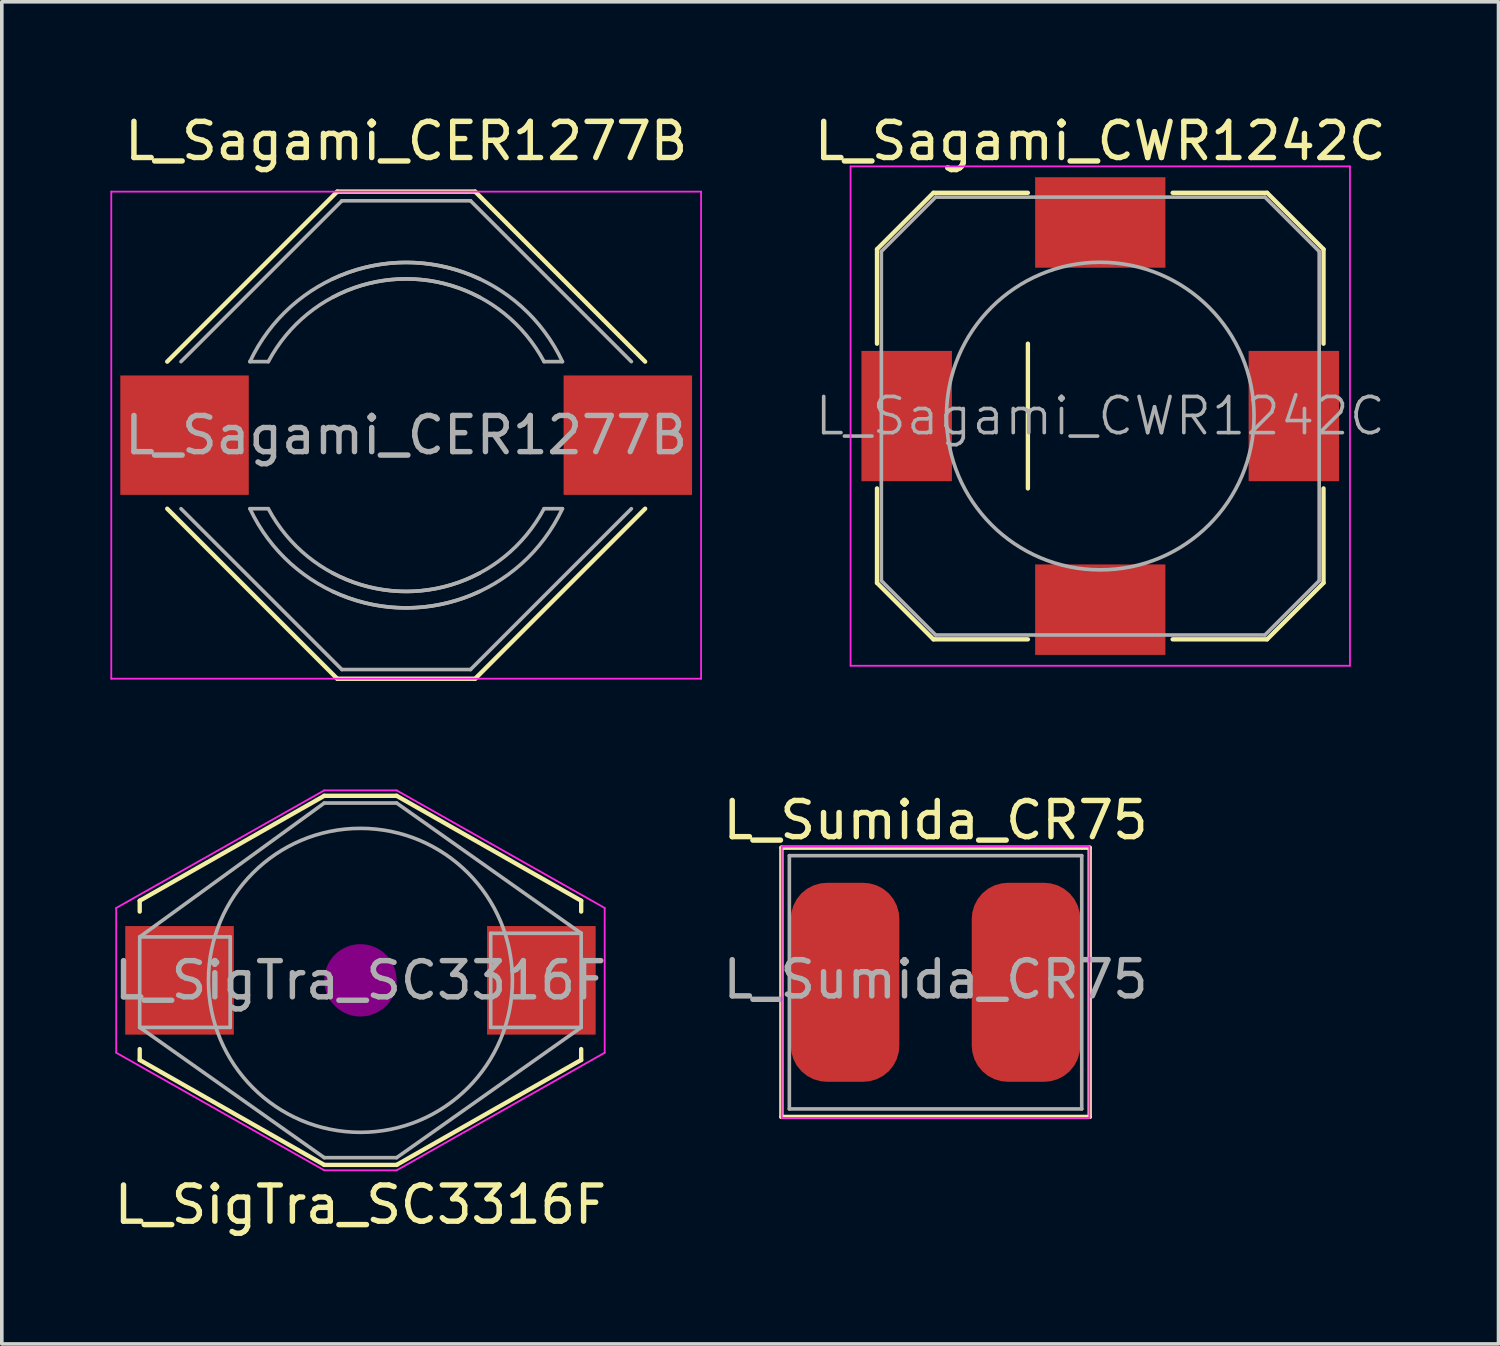
<source format=kicad_pcb>
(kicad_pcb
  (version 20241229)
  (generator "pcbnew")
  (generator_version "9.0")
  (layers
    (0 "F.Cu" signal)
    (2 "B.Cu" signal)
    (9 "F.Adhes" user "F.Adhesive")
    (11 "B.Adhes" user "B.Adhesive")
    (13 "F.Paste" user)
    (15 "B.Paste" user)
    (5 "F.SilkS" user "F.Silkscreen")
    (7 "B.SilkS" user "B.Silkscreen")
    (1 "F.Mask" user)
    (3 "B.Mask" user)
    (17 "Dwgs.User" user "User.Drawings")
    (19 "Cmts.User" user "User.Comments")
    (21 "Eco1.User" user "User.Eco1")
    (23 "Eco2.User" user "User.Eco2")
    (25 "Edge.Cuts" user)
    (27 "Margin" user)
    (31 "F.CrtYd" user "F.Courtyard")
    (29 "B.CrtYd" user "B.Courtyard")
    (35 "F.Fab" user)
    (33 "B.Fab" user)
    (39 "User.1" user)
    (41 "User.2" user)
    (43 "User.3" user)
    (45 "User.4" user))
  (footprint "L_Sagami_CER1277B"
    (layer "F.Cu")
    (at 8.175 8.976)
    (property "Reference" "L_Sagami_CER1277B" (at 0 -8.128 0) (layer "F.SilkS") (effects (font (size 1 1) (thickness 0.15))))
    (attr smd)
    (fp_line (start -6.604 -2.032) (end -1.905 -6.731) (stroke (width 0.12) (type solid)) (layer "F.SilkS"))
    (fp_line (start -6.604 2.032) (end -1.905 6.731) (stroke (width 0.12) (type solid)) (layer "F.SilkS"))
    (fp_line (start -1.905 -6.731) (end 1.905 -6.731) (stroke (width 0.12) (type solid)) (layer "F.SilkS"))
    (fp_line (start -1.905 6.731) (end 1.905 6.731) (stroke (width 0.12) (type solid)) (layer "F.SilkS"))
    (fp_line (start 1.905 -6.731) (end 6.604 -2.032) (stroke (width 0.12) (type solid)) (layer "F.SilkS"))
    (fp_line (start 1.905 6.731) (end 6.604 2.032) (stroke (width 0.12) (type solid)) (layer "F.SilkS"))
    (fp_line (start -8.15 -6.73) (end -8.15 6.73) (stroke (width 0.05) (type solid)) (layer "F.CrtYd"))
    (fp_line (start -8.15 -6.73) (end 8.15 -6.73) (stroke (width 0.05) (type solid)) (layer "F.CrtYd"))
    (fp_line (start -8.15 6.73) (end 8.15 6.73) (stroke (width 0.05) (type solid)) (layer "F.CrtYd"))
    (fp_line (start 8.15 -6.73) (end 8.15 6.73) (stroke (width 0.05) (type solid)) (layer "F.CrtYd"))
    (fp_line (start -6.223 -2.032) (end -1.778 -6.477) (stroke (width 0.1) (type solid)) (layer "F.Fab"))
    (fp_line (start -6.223 2.032) (end -1.778 6.477) (stroke (width 0.1) (type solid)) (layer "F.Fab"))
    (fp_line (start -3.81 -2.032) (end -4.318 -2.032) (stroke (width 0.1) (type solid)) (layer "F.Fab"))
    (fp_line (start -3.81 2.032) (end -4.318 2.032) (stroke (width 0.1) (type solid)) (layer "F.Fab"))
    (fp_line (start -1.778 6.477) (end 1.778 6.477) (stroke (width 0.1) (type solid)) (layer "F.Fab"))
    (fp_line (start 1.778 -6.477) (end -1.778 -6.477) (stroke (width 0.1) (type solid)) (layer "F.Fab"))
    (fp_line (start 1.778 6.477) (end 6.223 2.032) (stroke (width 0.1) (type solid)) (layer "F.Fab"))
    (fp_line (start 3.81 -2.032) (end 4.318 -2.032) (stroke (width 0.1) (type solid)) (layer "F.Fab"))
    (fp_line (start 3.81 2.032) (end 4.318 2.032) (stroke (width 0.1) (type solid)) (layer "F.Fab"))
    (fp_line (start 6.223 -2.032) (end 1.778 -6.477) (stroke (width 0.1) (type solid)) (layer "F.Fab"))
    (fp_arc (start -4.318 -2.032) (mid -1.616446 -4.490128) (end 2.032 -4.318) (stroke (width 0.1) (type solid)) (layer "F.Fab"))
    (fp_arc (start -3.81 -2.032) (mid -1.257236 -4.130918) (end 2.032 -3.81) (stroke (width 0.1) (type solid)) (layer "F.Fab"))
    (fp_arc (start -2.032 -4.318) (mid 1.616446 -4.490128) (end 4.318 -2.032) (stroke (width 0.1) (type solid)) (layer "F.Fab"))
    (fp_arc (start -2.032 -3.81) (mid 1.257236 -4.130918) (end 3.81 -2.032) (stroke (width 0.1) (type solid)) (layer "F.Fab"))
    (fp_arc (start 2.032 3.81) (mid -1.257236 4.130918) (end -3.81 2.032) (stroke (width 0.1) (type solid)) (layer "F.Fab"))
    (fp_arc (start 2.032 4.318) (mid -1.616446 4.490128) (end -4.318 2.032) (stroke (width 0.1) (type solid)) (layer "F.Fab"))
    (fp_arc (start 3.81 2.032) (mid 1.257236 4.130918) (end -2.032 3.81) (stroke (width 0.1) (type solid)) (layer "F.Fab"))
    (fp_arc (start 4.318 2.032) (mid 1.616446 4.490128) (end -2.032 4.318) (stroke (width 0.1) (type solid)) (layer "F.Fab"))
    (fp_text user "${REFERENCE}" (at 0 0 0) (layer "F.Fab") (effects (font (size 1 1) (thickness 0.15))))
    (pad "1" smd rect (at -6.125 0) (size 3.55 3.3) (layers "F.Cu" "F.Mask" "F.Paste"))
    (pad "2" smd rect (at 6.125 0) (size 3.55 3.3) (layers "F.Cu" "F.Mask" "F.Paste")))
  (footprint "L_SigTra_SC3316F"
    (layer "F.Cu")
    (at 6.911 24.042)
    (property "Reference" "L_SigTra_SC3316F" (at 0 6.2 0) (layer "F.SilkS") (effects (font (size 1 1) (thickness 0.15))))
    (attr smd)
    (fp_line (start -6.1 -2.2) (end -1 -5.1) (stroke (width 0.12) (type solid)) (layer "F.SilkS"))
    (fp_line (start -6.1 -1.9) (end -6.1 -2.2) (stroke (width 0.12) (type solid)) (layer "F.SilkS"))
    (fp_line (start -6.1 1.9) (end -6.1 2.2) (stroke (width 0.12) (type solid)) (layer "F.SilkS"))
    (fp_line (start -6.1 2.2) (end -1 5.1) (stroke (width 0.12) (type solid)) (layer "F.SilkS"))
    (fp_line (start 1 -5.1) (end -1 -5.1) (stroke (width 0.12) (type solid)) (layer "F.SilkS"))
    (fp_line (start 1 5.1) (end -1 5.1) (stroke (width 0.12) (type solid)) (layer "F.SilkS"))
    (fp_line (start 6.1 -2.2) (end 1 -5.1) (stroke (width 0.12) (type solid)) (layer "F.SilkS"))
    (fp_line (start 6.1 -1.9) (end 6.1 -2.2) (stroke (width 0.12) (type solid)) (layer "F.SilkS"))
    (fp_line (start 6.1 1.9) (end 6.1 2.2) (stroke (width 0.12) (type solid)) (layer "F.SilkS"))
    (fp_line (start 6.1 2.2) (end 1 5.1) (stroke (width 0.12) (type solid)) (layer "F.SilkS"))
    (fp_circle (center 0 0) (end 0.5 0) (stroke (width 1) (type solid)) (fill no) (layer "F.Adhes"))
    (fp_line (start -6.75 -2) (end -6.75 2) (stroke (width 0.05) (type solid)) (layer "F.CrtYd"))
    (fp_line (start -6.75 2) (end -1 5.25) (stroke (width 0.05) (type solid)) (layer "F.CrtYd"))
    (fp_line (start -1 -5.25) (end -6.75 -2) (stroke (width 0.05) (type solid)) (layer "F.CrtYd"))
    (fp_line (start -1 -5.25) (end 1 -5.25) (stroke (width 0.05) (type solid)) (layer "F.CrtYd"))
    (fp_line (start -1 5.25) (end 1 5.25) (stroke (width 0.05) (type solid)) (layer "F.CrtYd"))
    (fp_line (start 1 -5.25) (end 6.75 -2) (stroke (width 0.05) (type solid)) (layer "F.CrtYd"))
    (fp_line (start 1 5.25) (end 6.75 2) (stroke (width 0.05) (type solid)) (layer "F.CrtYd"))
    (fp_line (start 6.75 2) (end 6.75 -2) (stroke (width 0.05) (type solid)) (layer "F.CrtYd"))
    (fp_line (start -6.1 -1.2) (end -3.6 -1.2) (stroke (width 0.1) (type solid)) (layer "F.Fab"))
    (fp_line (start -6.1 1.3) (end -6.1 -1.2) (stroke (width 0.1) (type solid)) (layer "F.Fab"))
    (fp_line (start -3.6 -1.2) (end -3.6 0) (stroke (width 0.1) (type solid)) (layer "F.Fab"))
    (fp_line (start -3.6 0) (end -3.6 1.3) (stroke (width 0.1) (type solid)) (layer "F.Fab"))
    (fp_line (start -3.6 1.3) (end -6.1 1.3) (stroke (width 0.1) (type solid)) (layer "F.Fab"))
    (fp_line (start -1 -4.9) (end -6.1 -1.2) (stroke (width 0.1) (type solid)) (layer "F.Fab"))
    (fp_line (start -1 4.9) (end -6.1 1.3) (stroke (width 0.1) (type solid)) (layer "F.Fab"))
    (fp_line (start 1 -4.9) (end -1 -4.9) (stroke (width 0.1) (type solid)) (layer "F.Fab"))
    (fp_line (start 1 -4.9) (end 6.1 -1.3) (stroke (width 0.1) (type solid)) (layer "F.Fab"))
    (fp_line (start 1 4.9) (end -1 4.9) (stroke (width 0.1) (type solid)) (layer "F.Fab"))
    (fp_line (start 3.6 -1.3) (end 6.1 -1.3) (stroke (width 0.1) (type solid)) (layer "F.Fab"))
    (fp_line (start 3.6 1.3) (end 3.6 -1.3) (stroke (width 0.1) (type solid)) (layer "F.Fab"))
    (fp_line (start 6.1 -1.3) (end 6.1 1.3) (stroke (width 0.1) (type solid)) (layer "F.Fab"))
    (fp_line (start 6.1 1.3) (end 1 4.9) (stroke (width 0.1) (type solid)) (layer "F.Fab"))
    (fp_line (start 6.1 1.3) (end 3.6 1.3) (stroke (width 0.1) (type solid)) (layer "F.Fab"))
    (fp_circle (center 0 0) (end 4.2 0) (stroke (width 0.1) (type solid)) (fill no) (layer "F.Fab"))
    (fp_text user "${REFERENCE}" (at 0 0 0) (layer "F.Fab") (effects (font (size 1 1) (thickness 0.15))))
    (pad "1" smd rect (at -5 0) (size 3 3) (layers "F.Cu" "F.Mask" "F.Paste"))
    (pad "2" smd rect (at 5 0) (size 3 3) (layers "F.Cu" "F.Mask" "F.Paste")))
  (footprint "L_Sagami_CWR1242C"
    (layer "F.Cu")
    (at 27.356 8.448)
    (property "Reference" "L_Sagami_CWR1242C" (at 0 -7.6 0) (layer "F.SilkS") (effects (font (size 1 1) (thickness 0.15))))
    (attr smd)
    (fp_line (start -6.17 -4.61) (end -6.17 -2) (stroke (width 0.12) (type solid)) (layer "F.SilkS"))
    (fp_line (start -6.17 2) (end -6.17 4.61) (stroke (width 0.12) (type solid)) (layer "F.SilkS"))
    (fp_line (start -4.61 -6.17) (end -6.17 -4.61) (stroke (width 0.12) (type solid)) (layer "F.SilkS"))
    (fp_line (start -4.61 -6.17) (end -2 -6.17) (stroke (width 0.12) (type solid)) (layer "F.SilkS"))
    (fp_line (start -4.61 6.17) (end -6.17 4.61) (stroke (width 0.12) (type solid)) (layer "F.SilkS"))
    (fp_line (start -4.61 6.17) (end -2 6.17) (stroke (width 0.12) (type solid)) (layer "F.SilkS"))
    (fp_line (start -2 -2) (end -2 2) (stroke (width 0.12) (type solid)) (layer "F.SilkS"))
    (fp_line (start 2 6.17) (end 4.61 6.17) (stroke (width 0.12) (type solid)) (layer "F.SilkS"))
    (fp_line (start 4.61 -6.17) (end 2 -6.17) (stroke (width 0.12) (type solid)) (layer "F.SilkS"))
    (fp_line (start 4.61 -6.17) (end 6.17 -4.61) (stroke (width 0.12) (type solid)) (layer "F.SilkS"))
    (fp_line (start 4.61 6.17) (end 6.17 4.61) (stroke (width 0.12) (type solid)) (layer "F.SilkS"))
    (fp_line (start 6.17 -2) (end 6.17 -4.61) (stroke (width 0.12) (type solid)) (layer "F.SilkS"))
    (fp_line (start 6.17 4.61) (end 6.17 2) (stroke (width 0.12) (type solid)) (layer "F.SilkS"))
    (fp_line (start -6.9 -6.9) (end -6.9 6.9) (stroke (width 0.05) (type solid)) (layer "F.CrtYd"))
    (fp_line (start -6.9 -6.9) (end 6.9 -6.9) (stroke (width 0.05) (type solid)) (layer "F.CrtYd"))
    (fp_line (start -6.9 6.9) (end 6.9 6.9) (stroke (width 0.05) (type solid)) (layer "F.CrtYd"))
    (fp_line (start 6.9 -6.9) (end 6.9 6.9) (stroke (width 0.05) (type solid)) (layer "F.CrtYd"))
    (fp_line (start -6.05 -4.55) (end -4.55 -6.05) (stroke (width 0.1) (type solid)) (layer "F.Fab"))
    (fp_line (start -6.05 4.55) (end -6.05 -4.55) (stroke (width 0.1) (type solid)) (layer "F.Fab"))
    (fp_line (start -6.05 4.55) (end -4.55 6.05) (stroke (width 0.1) (type solid)) (layer "F.Fab"))
    (fp_line (start -4.55 -6.05) (end 4.55 -6.05) (stroke (width 0.1) (type solid)) (layer "F.Fab"))
    (fp_line (start 4.55 -6.05) (end 6.05 -4.55) (stroke (width 0.1) (type solid)) (layer "F.Fab"))
    (fp_line (start 4.55 6.05) (end -4.55 6.05) (stroke (width 0.1) (type solid)) (layer "F.Fab"))
    (fp_line (start 4.55 6.05) (end 6.05 4.55) (stroke (width 0.1) (type solid)) (layer "F.Fab"))
    (fp_line (start 6.05 -4.55) (end 6.05 4.55) (stroke (width 0.1) (type solid)) (layer "F.Fab"))
    (fp_circle (center 0 0) (end 4.25 0) (stroke (width 0.1) (type solid)) (fill no) (layer "F.Fab"))
    (fp_text user "${REFERENCE}" (at 0 0 0) (layer "F.Fab") (effects (font (size 1 1) (thickness 0.1))))
    (pad "1" smd rect (at -5.35 0) (size 2.5 3.6) (layers "F.Cu" "F.Mask" "F.Paste"))
    (pad "1" smd rect (at 0 5.35) (size 3.6 2.5) (layers "F.Cu" "F.Mask" "F.Paste"))
    (pad "2" smd rect (at 0 -5.35) (size 3.6 2.5) (layers "F.Cu" "F.Mask" "F.Paste"))
    (pad "2" smd rect (at 5.35 0) (size 2.5 3.6) (layers "F.Cu" "F.Mask" "F.Paste")))
  (footprint "L_Sumida_CR75"
    (layer "F.Cu")
    (at 22.804 24.096)
    (property "Reference" "L_Sumida_CR75" (at 0 -4.48 180) (layer "F.SilkS") (effects (font (size 1 1) (thickness 0.15))))
    (attr smd)
    (fp_line (start -4.26 -3.72) (end 4.26 -3.72) (stroke (width 0.12) (type solid)) (layer "F.SilkS"))
    (fp_line (start -4.26 3.72) (end -4.26 -3.72) (stroke (width 0.12) (type solid)) (layer "F.SilkS"))
    (fp_line (start 4.26 -3.72) (end 4.26 3.72) (stroke (width 0.12) (type solid)) (layer "F.SilkS"))
    (fp_line (start 4.26 3.72) (end -4.26 3.72) (stroke (width 0.12) (type solid)) (layer "F.SilkS"))
    (fp_line (start -4.25 -3.75) (end -4.25 3.75) (stroke (width 0.05) (type solid)) (layer "F.CrtYd"))
    (fp_line (start -4.25 3.75) (end 4.25 3.75) (stroke (width 0.05) (type solid)) (layer "F.CrtYd"))
    (fp_line (start 4.25 -3.75) (end -4.25 -3.75) (stroke (width 0.05) (type solid)) (layer "F.CrtYd"))
    (fp_line (start 4.25 3.75) (end 4.25 -3.75) (stroke (width 0.05) (type solid)) (layer "F.CrtYd"))
    (fp_line (start -4.04 -3.5) (end -4.04 3.5) (stroke (width 0.1) (type solid)) (layer "F.Fab"))
    (fp_line (start -4.04 3.5) (end 4.04 3.5) (stroke (width 0.1) (type solid)) (layer "F.Fab"))
    (fp_line (start 4.04 -3.5) (end -4.04 -3.5) (stroke (width 0.1) (type solid)) (layer "F.Fab"))
    (fp_line (start 4.04 3.5) (end 4.04 -3.5) (stroke (width 0.1) (type solid)) (layer "F.Fab"))
    (fp_text user "${REFERENCE}" (at 0 -0.08 0) (layer "F.Fab") (effects (font (size 1 1) (thickness 0.15))))
    (pad "1" smd roundrect (at -2.5 0) (size 3 5.5) (layers "F.Cu" "F.Mask" "F.Paste") (roundrect_rratio 0.333))
    (pad "2" smd roundrect (at 2.5 0) (size 3 5.5) (layers "F.Cu" "F.Mask" "F.Paste") (roundrect_rratio 0.333)))
  (gr_rect
    (start -3 -3)
    (end 38.362 34.09)
    (stroke (width 0.1) (type default))
    (fill no)
    (layer "Edge.Cuts")))
</source>
